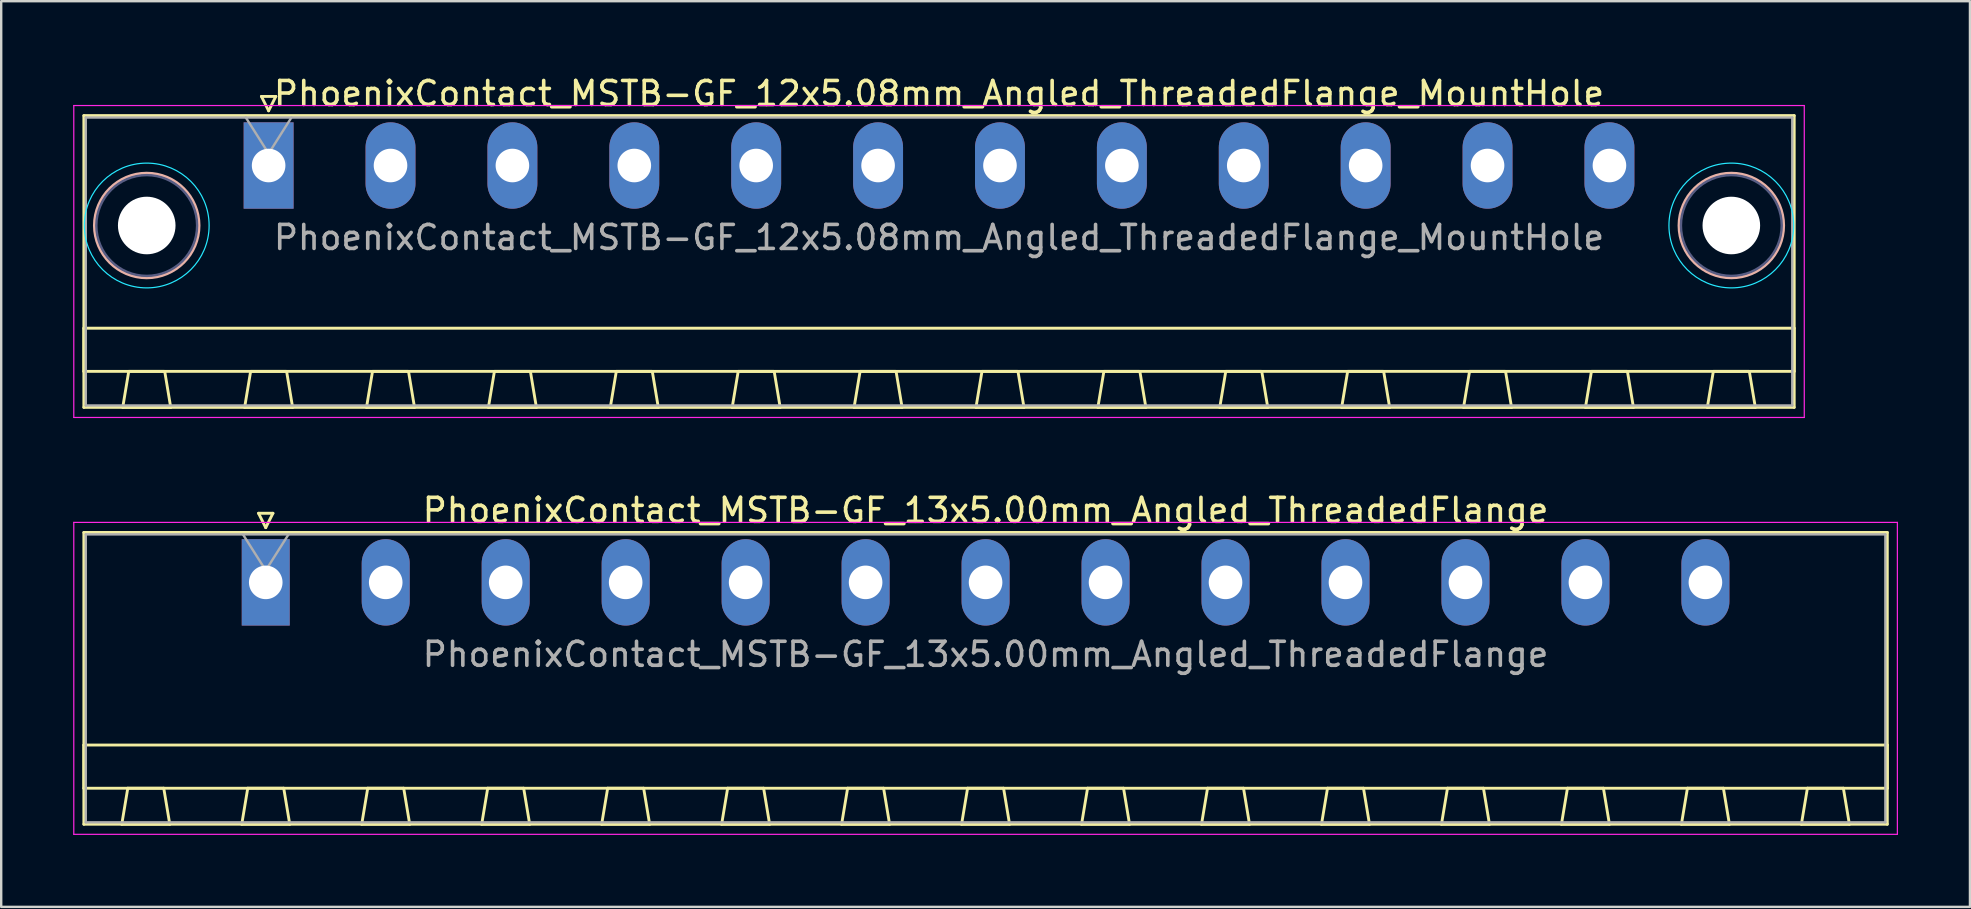
<source format=kicad_pcb>
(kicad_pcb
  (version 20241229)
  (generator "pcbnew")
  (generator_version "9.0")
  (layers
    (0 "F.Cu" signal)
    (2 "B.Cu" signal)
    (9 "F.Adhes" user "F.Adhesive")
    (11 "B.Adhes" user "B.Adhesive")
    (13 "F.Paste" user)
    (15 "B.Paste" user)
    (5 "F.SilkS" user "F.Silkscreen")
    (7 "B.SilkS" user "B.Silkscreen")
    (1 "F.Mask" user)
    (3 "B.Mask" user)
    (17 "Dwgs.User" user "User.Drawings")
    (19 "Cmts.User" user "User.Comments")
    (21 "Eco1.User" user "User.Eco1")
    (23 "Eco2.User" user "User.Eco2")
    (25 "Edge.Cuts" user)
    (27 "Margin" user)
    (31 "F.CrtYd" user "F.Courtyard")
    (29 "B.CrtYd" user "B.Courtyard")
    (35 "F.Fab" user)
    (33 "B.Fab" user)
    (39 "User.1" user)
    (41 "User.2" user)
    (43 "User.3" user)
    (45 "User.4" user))
  (footprint "PhoenixContact_MSTB-GF_12x5.08mm_Angled_ThreadedFlange_MountHole"
    (layer "F.Cu")
    (at 8.145 3.848)
    (property "Reference" "PhoenixContact_MSTB-GF_12x5.08mm_Angled_ThreadedFlange_MountHole" (at 27.94 -3 0) (layer "F.SilkS") (effects (font (size 1 1) (thickness 0.15))))
    (attr through_hole)
    (fp_line (start -7.7 -2.08) (end -7.7 10.08) (stroke (width 0.12) (type solid)) (layer "F.SilkS"))
    (fp_line (start -7.7 6.78) (end 63.58 6.78) (stroke (width 0.12) (type solid)) (layer "F.SilkS"))
    (fp_line (start -7.7 8.58) (end -7.7 6.78) (stroke (width 0.12) (type solid)) (layer "F.SilkS"))
    (fp_line (start -7.7 10.08) (end 63.58 10.08) (stroke (width 0.12) (type solid)) (layer "F.SilkS"))
    (fp_line (start -6.08 10.08) (end -4.08 10.08) (stroke (width 0.12) (type solid)) (layer "F.SilkS"))
    (fp_line (start -5.83 8.58) (end -6.08 10.08) (stroke (width 0.12) (type solid)) (layer "F.SilkS"))
    (fp_line (start -4.33 8.58) (end -5.83 8.58) (stroke (width 0.12) (type solid)) (layer "F.SilkS"))
    (fp_line (start -4.08 10.08) (end -4.33 8.58) (stroke (width 0.12) (type solid)) (layer "F.SilkS"))
    (fp_line (start -1 10.08) (end 1 10.08) (stroke (width 0.12) (type solid)) (layer "F.SilkS"))
    (fp_line (start -0.75 8.58) (end -1 10.08) (stroke (width 0.12) (type solid)) (layer "F.SilkS"))
    (fp_line (start -0.3 -2.88) (end 0.3 -2.88) (stroke (width 0.12) (type solid)) (layer "F.SilkS"))
    (fp_line (start 0 -2.28) (end -0.3 -2.88) (stroke (width 0.12) (type solid)) (layer "F.SilkS"))
    (fp_line (start 0.3 -2.88) (end 0 -2.28) (stroke (width 0.12) (type solid)) (layer "F.SilkS"))
    (fp_line (start 0.75 8.58) (end -0.75 8.58) (stroke (width 0.12) (type solid)) (layer "F.SilkS"))
    (fp_line (start 1 10.08) (end 0.75 8.58) (stroke (width 0.12) (type solid)) (layer "F.SilkS"))
    (fp_line (start 4.08 10.08) (end 6.08 10.08) (stroke (width 0.12) (type solid)) (layer "F.SilkS"))
    (fp_line (start 4.33 8.58) (end 4.08 10.08) (stroke (width 0.12) (type solid)) (layer "F.SilkS"))
    (fp_line (start 5.83 8.58) (end 4.33 8.58) (stroke (width 0.12) (type solid)) (layer "F.SilkS"))
    (fp_line (start 6.08 10.08) (end 5.83 8.58) (stroke (width 0.12) (type solid)) (layer "F.SilkS"))
    (fp_line (start 9.16 10.08) (end 11.16 10.08) (stroke (width 0.12) (type solid)) (layer "F.SilkS"))
    (fp_line (start 9.41 8.58) (end 9.16 10.08) (stroke (width 0.12) (type solid)) (layer "F.SilkS"))
    (fp_line (start 10.91 8.58) (end 9.41 8.58) (stroke (width 0.12) (type solid)) (layer "F.SilkS"))
    (fp_line (start 11.16 10.08) (end 10.91 8.58) (stroke (width 0.12) (type solid)) (layer "F.SilkS"))
    (fp_line (start 14.24 10.08) (end 16.24 10.08) (stroke (width 0.12) (type solid)) (layer "F.SilkS"))
    (fp_line (start 14.49 8.58) (end 14.24 10.08) (stroke (width 0.12) (type solid)) (layer "F.SilkS"))
    (fp_line (start 15.99 8.58) (end 14.49 8.58) (stroke (width 0.12) (type solid)) (layer "F.SilkS"))
    (fp_line (start 16.24 10.08) (end 15.99 8.58) (stroke (width 0.12) (type solid)) (layer "F.SilkS"))
    (fp_line (start 19.32 10.08) (end 21.32 10.08) (stroke (width 0.12) (type solid)) (layer "F.SilkS"))
    (fp_line (start 19.57 8.58) (end 19.32 10.08) (stroke (width 0.12) (type solid)) (layer "F.SilkS"))
    (fp_line (start 21.07 8.58) (end 19.57 8.58) (stroke (width 0.12) (type solid)) (layer "F.SilkS"))
    (fp_line (start 21.32 10.08) (end 21.07 8.58) (stroke (width 0.12) (type solid)) (layer "F.SilkS"))
    (fp_line (start 24.4 10.08) (end 26.4 10.08) (stroke (width 0.12) (type solid)) (layer "F.SilkS"))
    (fp_line (start 24.65 8.58) (end 24.4 10.08) (stroke (width 0.12) (type solid)) (layer "F.SilkS"))
    (fp_line (start 26.15 8.58) (end 24.65 8.58) (stroke (width 0.12) (type solid)) (layer "F.SilkS"))
    (fp_line (start 26.4 10.08) (end 26.15 8.58) (stroke (width 0.12) (type solid)) (layer "F.SilkS"))
    (fp_line (start 29.48 10.08) (end 31.48 10.08) (stroke (width 0.12) (type solid)) (layer "F.SilkS"))
    (fp_line (start 29.73 8.58) (end 29.48 10.08) (stroke (width 0.12) (type solid)) (layer "F.SilkS"))
    (fp_line (start 31.23 8.58) (end 29.73 8.58) (stroke (width 0.12) (type solid)) (layer "F.SilkS"))
    (fp_line (start 31.48 10.08) (end 31.23 8.58) (stroke (width 0.12) (type solid)) (layer "F.SilkS"))
    (fp_line (start 34.56 10.08) (end 36.56 10.08) (stroke (width 0.12) (type solid)) (layer "F.SilkS"))
    (fp_line (start 34.81 8.58) (end 34.56 10.08) (stroke (width 0.12) (type solid)) (layer "F.SilkS"))
    (fp_line (start 36.31 8.58) (end 34.81 8.58) (stroke (width 0.12) (type solid)) (layer "F.SilkS"))
    (fp_line (start 36.56 10.08) (end 36.31 8.58) (stroke (width 0.12) (type solid)) (layer "F.SilkS"))
    (fp_line (start 39.64 10.08) (end 41.64 10.08) (stroke (width 0.12) (type solid)) (layer "F.SilkS"))
    (fp_line (start 39.89 8.58) (end 39.64 10.08) (stroke (width 0.12) (type solid)) (layer "F.SilkS"))
    (fp_line (start 41.39 8.58) (end 39.89 8.58) (stroke (width 0.12) (type solid)) (layer "F.SilkS"))
    (fp_line (start 41.64 10.08) (end 41.39 8.58) (stroke (width 0.12) (type solid)) (layer "F.SilkS"))
    (fp_line (start 44.72 10.08) (end 46.72 10.08) (stroke (width 0.12) (type solid)) (layer "F.SilkS"))
    (fp_line (start 44.97 8.58) (end 44.72 10.08) (stroke (width 0.12) (type solid)) (layer "F.SilkS"))
    (fp_line (start 46.47 8.58) (end 44.97 8.58) (stroke (width 0.12) (type solid)) (layer "F.SilkS"))
    (fp_line (start 46.72 10.08) (end 46.47 8.58) (stroke (width 0.12) (type solid)) (layer "F.SilkS"))
    (fp_line (start 49.8 10.08) (end 51.8 10.08) (stroke (width 0.12) (type solid)) (layer "F.SilkS"))
    (fp_line (start 50.05 8.58) (end 49.8 10.08) (stroke (width 0.12) (type solid)) (layer "F.SilkS"))
    (fp_line (start 51.55 8.58) (end 50.05 8.58) (stroke (width 0.12) (type solid)) (layer "F.SilkS"))
    (fp_line (start 51.8 10.08) (end 51.55 8.58) (stroke (width 0.12) (type solid)) (layer "F.SilkS"))
    (fp_line (start 54.88 10.08) (end 56.88 10.08) (stroke (width 0.12) (type solid)) (layer "F.SilkS"))
    (fp_line (start 55.13 8.58) (end 54.88 10.08) (stroke (width 0.12) (type solid)) (layer "F.SilkS"))
    (fp_line (start 56.63 8.58) (end 55.13 8.58) (stroke (width 0.12) (type solid)) (layer "F.SilkS"))
    (fp_line (start 56.88 10.08) (end 56.63 8.58) (stroke (width 0.12) (type solid)) (layer "F.SilkS"))
    (fp_line (start 59.96 10.08) (end 61.96 10.08) (stroke (width 0.12) (type solid)) (layer "F.SilkS"))
    (fp_line (start 60.21 8.58) (end 59.96 10.08) (stroke (width 0.12) (type solid)) (layer "F.SilkS"))
    (fp_line (start 61.71 8.58) (end 60.21 8.58) (stroke (width 0.12) (type solid)) (layer "F.SilkS"))
    (fp_line (start 61.96 10.08) (end 61.71 8.58) (stroke (width 0.12) (type solid)) (layer "F.SilkS"))
    (fp_line (start 63.58 -2.08) (end -7.7 -2.08) (stroke (width 0.12) (type solid)) (layer "F.SilkS"))
    (fp_line (start 63.58 6.78) (end 63.58 8.58) (stroke (width 0.12) (type solid)) (layer "F.SilkS"))
    (fp_line (start 63.58 8.58) (end -7.7 8.58) (stroke (width 0.12) (type solid)) (layer "F.SilkS"))
    (fp_line (start 63.58 10.08) (end 63.58 -2.08) (stroke (width 0.12) (type solid)) (layer "F.SilkS"))
    (fp_circle (center -5.08 2.5) (end -2.9 2.5) (stroke (width 0.12) (type solid)) (fill no) (layer "B.SilkS"))
    (fp_circle (center 60.96 2.5) (end 63.14 2.5) (stroke (width 0.12) (type solid)) (fill no) (layer "B.SilkS"))
    (fp_circle (center -5.08 2.5) (end -2.48 2.5) (stroke (width 0.05) (type solid)) (fill no) (layer "B.CrtYd"))
    (fp_circle (center 60.96 2.5) (end 63.56 2.5) (stroke (width 0.05) (type solid)) (fill no) (layer "B.CrtYd"))
    (fp_line (start -8.12 -2.5) (end -8.12 10.5) (stroke (width 0.05) (type solid)) (layer "F.CrtYd"))
    (fp_line (start -8.12 10.5) (end 64 10.5) (stroke (width 0.05) (type solid)) (layer "F.CrtYd"))
    (fp_line (start 64 -2.5) (end -8.12 -2.5) (stroke (width 0.05) (type solid)) (layer "F.CrtYd"))
    (fp_line (start 64 10.5) (end 64 -2.5) (stroke (width 0.05) (type solid)) (layer "F.CrtYd"))
    (fp_circle (center -5.08 2.5) (end -2.98 2.5) (stroke (width 0.1) (type solid)) (fill no) (layer "B.Fab"))
    (fp_circle (center 60.96 2.5) (end 63.06 2.5) (stroke (width 0.1) (type solid)) (fill no) (layer "B.Fab"))
    (fp_line (start -7.62 -2) (end -7.62 10) (stroke (width 0.1) (type solid)) (layer "F.Fab"))
    (fp_line (start -7.62 10) (end 63.5 10) (stroke (width 0.1) (type solid)) (layer "F.Fab"))
    (fp_line (start 0 -0.5) (end -0.95 -2) (stroke (width 0.1) (type solid)) (layer "F.Fab"))
    (fp_line (start 0.95 -2) (end 0 -0.5) (stroke (width 0.1) (type solid)) (layer "F.Fab"))
    (fp_line (start 63.5 -2) (end -7.62 -2) (stroke (width 0.1) (type solid)) (layer "F.Fab"))
    (fp_line (start 63.5 10) (end 63.5 -2) (stroke (width 0.1) (type solid)) (layer "F.Fab"))
    (fp_text user "${REFERENCE}" (at 27.94 3 0) (layer "F.Fab") (effects (font (size 1 1) (thickness 0.15))))
    (pad "" np_thru_hole circle (at -5.08 2.5) (size 2.4 2.4) (drill 2.4) (layers "*.Cu" "*.Mask"))
    (pad "" np_thru_hole circle (at 60.96 2.5) (size 2.4 2.4) (drill 2.4) (layers "*.Cu" "*.Mask"))
    (pad "1" thru_hole rect (at 0 0) (size 2.08 3.6) (drill 1.4) (layers "*.Cu" "*.Mask"))
    (pad "2" thru_hole oval (at 5.08 0) (size 2.08 3.6) (drill 1.4) (layers "*.Cu" "*.Mask"))
    (pad "3" thru_hole oval (at 10.16 0) (size 2.08 3.6) (drill 1.4) (layers "*.Cu" "*.Mask"))
    (pad "4" thru_hole oval (at 15.24 0) (size 2.08 3.6) (drill 1.4) (layers "*.Cu" "*.Mask"))
    (pad "5" thru_hole oval (at 20.32 0) (size 2.08 3.6) (drill 1.4) (layers "*.Cu" "*.Mask"))
    (pad "6" thru_hole oval (at 25.4 0) (size 2.08 3.6) (drill 1.4) (layers "*.Cu" "*.Mask"))
    (pad "7" thru_hole oval (at 30.48 0) (size 2.08 3.6) (drill 1.4) (layers "*.Cu" "*.Mask"))
    (pad "8" thru_hole oval (at 35.56 0) (size 2.08 3.6) (drill 1.4) (layers "*.Cu" "*.Mask"))
    (pad "9" thru_hole oval (at 40.64 0) (size 2.08 3.6) (drill 1.4) (layers "*.Cu" "*.Mask"))
    (pad "10" thru_hole oval (at 45.72 0) (size 2.08 3.6) (drill 1.4) (layers "*.Cu" "*.Mask"))
    (pad "11" thru_hole oval (at 50.8 0) (size 2.08 3.6) (drill 1.4) (layers "*.Cu" "*.Mask"))
    (pad "12" thru_hole oval (at 55.88 0) (size 2.08 3.6) (drill 1.4) (layers "*.Cu" "*.Mask")))
  (footprint "PhoenixContact_MSTB-GF_13x5.00mm_Angled_ThreadedFlange"
    (layer "F.Cu")
    (at 8.025 21.221)
    (property "Reference" "PhoenixContact_MSTB-GF_13x5.00mm_Angled_ThreadedFlange" (at 30 -3 0) (layer "F.SilkS") (effects (font (size 1 1) (thickness 0.15))))
    (attr through_hole)
    (fp_line (start -7.58 -2.08) (end -7.58 10.08) (stroke (width 0.12) (type solid)) (layer "F.SilkS"))
    (fp_line (start -7.58 6.78) (end 67.58 6.78) (stroke (width 0.12) (type solid)) (layer "F.SilkS"))
    (fp_line (start -7.58 8.58) (end -7.58 6.78) (stroke (width 0.12) (type solid)) (layer "F.SilkS"))
    (fp_line (start -7.58 10.08) (end 67.58 10.08) (stroke (width 0.12) (type solid)) (layer "F.SilkS"))
    (fp_line (start -6 10.08) (end -4 10.08) (stroke (width 0.12) (type solid)) (layer "F.SilkS"))
    (fp_line (start -5.75 8.58) (end -6 10.08) (stroke (width 0.12) (type solid)) (layer "F.SilkS"))
    (fp_line (start -4.25 8.58) (end -5.75 8.58) (stroke (width 0.12) (type solid)) (layer "F.SilkS"))
    (fp_line (start -4 10.08) (end -4.25 8.58) (stroke (width 0.12) (type solid)) (layer "F.SilkS"))
    (fp_line (start -1 10.08) (end 1 10.08) (stroke (width 0.12) (type solid)) (layer "F.SilkS"))
    (fp_line (start -0.75 8.58) (end -1 10.08) (stroke (width 0.12) (type solid)) (layer "F.SilkS"))
    (fp_line (start -0.3 -2.88) (end 0.3 -2.88) (stroke (width 0.12) (type solid)) (layer "F.SilkS"))
    (fp_line (start 0 -2.28) (end -0.3 -2.88) (stroke (width 0.12) (type solid)) (layer "F.SilkS"))
    (fp_line (start 0.3 -2.88) (end 0 -2.28) (stroke (width 0.12) (type solid)) (layer "F.SilkS"))
    (fp_line (start 0.75 8.58) (end -0.75 8.58) (stroke (width 0.12) (type solid)) (layer "F.SilkS"))
    (fp_line (start 1 10.08) (end 0.75 8.58) (stroke (width 0.12) (type solid)) (layer "F.SilkS"))
    (fp_line (start 4 10.08) (end 6 10.08) (stroke (width 0.12) (type solid)) (layer "F.SilkS"))
    (fp_line (start 4.25 8.58) (end 4 10.08) (stroke (width 0.12) (type solid)) (layer "F.SilkS"))
    (fp_line (start 5.75 8.58) (end 4.25 8.58) (stroke (width 0.12) (type solid)) (layer "F.SilkS"))
    (fp_line (start 6 10.08) (end 5.75 8.58) (stroke (width 0.12) (type solid)) (layer "F.SilkS"))
    (fp_line (start 9 10.08) (end 11 10.08) (stroke (width 0.12) (type solid)) (layer "F.SilkS"))
    (fp_line (start 9.25 8.58) (end 9 10.08) (stroke (width 0.12) (type solid)) (layer "F.SilkS"))
    (fp_line (start 10.75 8.58) (end 9.25 8.58) (stroke (width 0.12) (type solid)) (layer "F.SilkS"))
    (fp_line (start 11 10.08) (end 10.75 8.58) (stroke (width 0.12) (type solid)) (layer "F.SilkS"))
    (fp_line (start 14 10.08) (end 16 10.08) (stroke (width 0.12) (type solid)) (layer "F.SilkS"))
    (fp_line (start 14.25 8.58) (end 14 10.08) (stroke (width 0.12) (type solid)) (layer "F.SilkS"))
    (fp_line (start 15.75 8.58) (end 14.25 8.58) (stroke (width 0.12) (type solid)) (layer "F.SilkS"))
    (fp_line (start 16 10.08) (end 15.75 8.58) (stroke (width 0.12) (type solid)) (layer "F.SilkS"))
    (fp_line (start 19 10.08) (end 21 10.08) (stroke (width 0.12) (type solid)) (layer "F.SilkS"))
    (fp_line (start 19.25 8.58) (end 19 10.08) (stroke (width 0.12) (type solid)) (layer "F.SilkS"))
    (fp_line (start 20.75 8.58) (end 19.25 8.58) (stroke (width 0.12) (type solid)) (layer "F.SilkS"))
    (fp_line (start 21 10.08) (end 20.75 8.58) (stroke (width 0.12) (type solid)) (layer "F.SilkS"))
    (fp_line (start 24 10.08) (end 26 10.08) (stroke (width 0.12) (type solid)) (layer "F.SilkS"))
    (fp_line (start 24.25 8.58) (end 24 10.08) (stroke (width 0.12) (type solid)) (layer "F.SilkS"))
    (fp_line (start 25.75 8.58) (end 24.25 8.58) (stroke (width 0.12) (type solid)) (layer "F.SilkS"))
    (fp_line (start 26 10.08) (end 25.75 8.58) (stroke (width 0.12) (type solid)) (layer "F.SilkS"))
    (fp_line (start 29 10.08) (end 31 10.08) (stroke (width 0.12) (type solid)) (layer "F.SilkS"))
    (fp_line (start 29.25 8.58) (end 29 10.08) (stroke (width 0.12) (type solid)) (layer "F.SilkS"))
    (fp_line (start 30.75 8.58) (end 29.25 8.58) (stroke (width 0.12) (type solid)) (layer "F.SilkS"))
    (fp_line (start 31 10.08) (end 30.75 8.58) (stroke (width 0.12) (type solid)) (layer "F.SilkS"))
    (fp_line (start 34 10.08) (end 36 10.08) (stroke (width 0.12) (type solid)) (layer "F.SilkS"))
    (fp_line (start 34.25 8.58) (end 34 10.08) (stroke (width 0.12) (type solid)) (layer "F.SilkS"))
    (fp_line (start 35.75 8.58) (end 34.25 8.58) (stroke (width 0.12) (type solid)) (layer "F.SilkS"))
    (fp_line (start 36 10.08) (end 35.75 8.58) (stroke (width 0.12) (type solid)) (layer "F.SilkS"))
    (fp_line (start 39 10.08) (end 41 10.08) (stroke (width 0.12) (type solid)) (layer "F.SilkS"))
    (fp_line (start 39.25 8.58) (end 39 10.08) (stroke (width 0.12) (type solid)) (layer "F.SilkS"))
    (fp_line (start 40.75 8.58) (end 39.25 8.58) (stroke (width 0.12) (type solid)) (layer "F.SilkS"))
    (fp_line (start 41 10.08) (end 40.75 8.58) (stroke (width 0.12) (type solid)) (layer "F.SilkS"))
    (fp_line (start 44 10.08) (end 46 10.08) (stroke (width 0.12) (type solid)) (layer "F.SilkS"))
    (fp_line (start 44.25 8.58) (end 44 10.08) (stroke (width 0.12) (type solid)) (layer "F.SilkS"))
    (fp_line (start 45.75 8.58) (end 44.25 8.58) (stroke (width 0.12) (type solid)) (layer "F.SilkS"))
    (fp_line (start 46 10.08) (end 45.75 8.58) (stroke (width 0.12) (type solid)) (layer "F.SilkS"))
    (fp_line (start 49 10.08) (end 51 10.08) (stroke (width 0.12) (type solid)) (layer "F.SilkS"))
    (fp_line (start 49.25 8.58) (end 49 10.08) (stroke (width 0.12) (type solid)) (layer "F.SilkS"))
    (fp_line (start 50.75 8.58) (end 49.25 8.58) (stroke (width 0.12) (type solid)) (layer "F.SilkS"))
    (fp_line (start 51 10.08) (end 50.75 8.58) (stroke (width 0.12) (type solid)) (layer "F.SilkS"))
    (fp_line (start 54 10.08) (end 56 10.08) (stroke (width 0.12) (type solid)) (layer "F.SilkS"))
    (fp_line (start 54.25 8.58) (end 54 10.08) (stroke (width 0.12) (type solid)) (layer "F.SilkS"))
    (fp_line (start 55.75 8.58) (end 54.25 8.58) (stroke (width 0.12) (type solid)) (layer "F.SilkS"))
    (fp_line (start 56 10.08) (end 55.75 8.58) (stroke (width 0.12) (type solid)) (layer "F.SilkS"))
    (fp_line (start 59 10.08) (end 61 10.08) (stroke (width 0.12) (type solid)) (layer "F.SilkS"))
    (fp_line (start 59.25 8.58) (end 59 10.08) (stroke (width 0.12) (type solid)) (layer "F.SilkS"))
    (fp_line (start 60.75 8.58) (end 59.25 8.58) (stroke (width 0.12) (type solid)) (layer "F.SilkS"))
    (fp_line (start 61 10.08) (end 60.75 8.58) (stroke (width 0.12) (type solid)) (layer "F.SilkS"))
    (fp_line (start 64 10.08) (end 66 10.08) (stroke (width 0.12) (type solid)) (layer "F.SilkS"))
    (fp_line (start 64.25 8.58) (end 64 10.08) (stroke (width 0.12) (type solid)) (layer "F.SilkS"))
    (fp_line (start 65.75 8.58) (end 64.25 8.58) (stroke (width 0.12) (type solid)) (layer "F.SilkS"))
    (fp_line (start 66 10.08) (end 65.75 8.58) (stroke (width 0.12) (type solid)) (layer "F.SilkS"))
    (fp_line (start 67.58 -2.08) (end -7.58 -2.08) (stroke (width 0.12) (type solid)) (layer "F.SilkS"))
    (fp_line (start 67.58 6.78) (end 67.58 8.58) (stroke (width 0.12) (type solid)) (layer "F.SilkS"))
    (fp_line (start 67.58 8.58) (end -7.58 8.58) (stroke (width 0.12) (type solid)) (layer "F.SilkS"))
    (fp_line (start 67.58 10.08) (end 67.58 -2.08) (stroke (width 0.12) (type solid)) (layer "F.SilkS"))
    (fp_line (start -8 -2.5) (end -8 10.5) (stroke (width 0.05) (type solid)) (layer "F.CrtYd"))
    (fp_line (start -8 10.5) (end 68 10.5) (stroke (width 0.05) (type solid)) (layer "F.CrtYd"))
    (fp_line (start 68 -2.5) (end -8 -2.5) (stroke (width 0.05) (type solid)) (layer "F.CrtYd"))
    (fp_line (start 68 10.5) (end 68 -2.5) (stroke (width 0.05) (type solid)) (layer "F.CrtYd"))
    (fp_line (start -7.5 -2) (end -7.5 10) (stroke (width 0.1) (type solid)) (layer "F.Fab"))
    (fp_line (start -7.5 10) (end 67.5 10) (stroke (width 0.1) (type solid)) (layer "F.Fab"))
    (fp_line (start 0 -0.5) (end -0.95 -2) (stroke (width 0.1) (type solid)) (layer "F.Fab"))
    (fp_line (start 0.95 -2) (end 0 -0.5) (stroke (width 0.1) (type solid)) (layer "F.Fab"))
    (fp_line (start 67.5 -2) (end -7.5 -2) (stroke (width 0.1) (type solid)) (layer "F.Fab"))
    (fp_line (start 67.5 10) (end 67.5 -2) (stroke (width 0.1) (type solid)) (layer "F.Fab"))
    (fp_text user "${REFERENCE}" (at 30 3 0) (layer "F.Fab") (effects (font (size 1 1) (thickness 0.15))))
    (pad "1" thru_hole rect (at 0 0) (size 2 3.6) (drill 1.4) (layers "*.Cu" "*.Mask"))
    (pad "2" thru_hole oval (at 5 0) (size 2 3.6) (drill 1.4) (layers "*.Cu" "*.Mask"))
    (pad "3" thru_hole oval (at 10 0) (size 2 3.6) (drill 1.4) (layers "*.Cu" "*.Mask"))
    (pad "4" thru_hole oval (at 15 0) (size 2 3.6) (drill 1.4) (layers "*.Cu" "*.Mask"))
    (pad "5" thru_hole oval (at 20 0) (size 2 3.6) (drill 1.4) (layers "*.Cu" "*.Mask"))
    (pad "6" thru_hole oval (at 25 0) (size 2 3.6) (drill 1.4) (layers "*.Cu" "*.Mask"))
    (pad "7" thru_hole oval (at 30 0) (size 2 3.6) (drill 1.4) (layers "*.Cu" "*.Mask"))
    (pad "8" thru_hole oval (at 35 0) (size 2 3.6) (drill 1.4) (layers "*.Cu" "*.Mask"))
    (pad "9" thru_hole oval (at 40 0) (size 2 3.6) (drill 1.4) (layers "*.Cu" "*.Mask"))
    (pad "10" thru_hole oval (at 45 0) (size 2 3.6) (drill 1.4) (layers "*.Cu" "*.Mask"))
    (pad "11" thru_hole oval (at 50 0) (size 2 3.6) (drill 1.4) (layers "*.Cu" "*.Mask"))
    (pad "12" thru_hole oval (at 55 0) (size 2 3.6) (drill 1.4) (layers "*.Cu" "*.Mask"))
    (pad "13" thru_hole oval (at 60 0) (size 2 3.6) (drill 1.4) (layers "*.Cu" "*.Mask")))
  (gr_rect
    (start -3 -3)
    (end 79.05 34.746)
    (stroke (width 0.1) (type default))
    (fill no)
    (layer "Edge.Cuts")))
</source>
